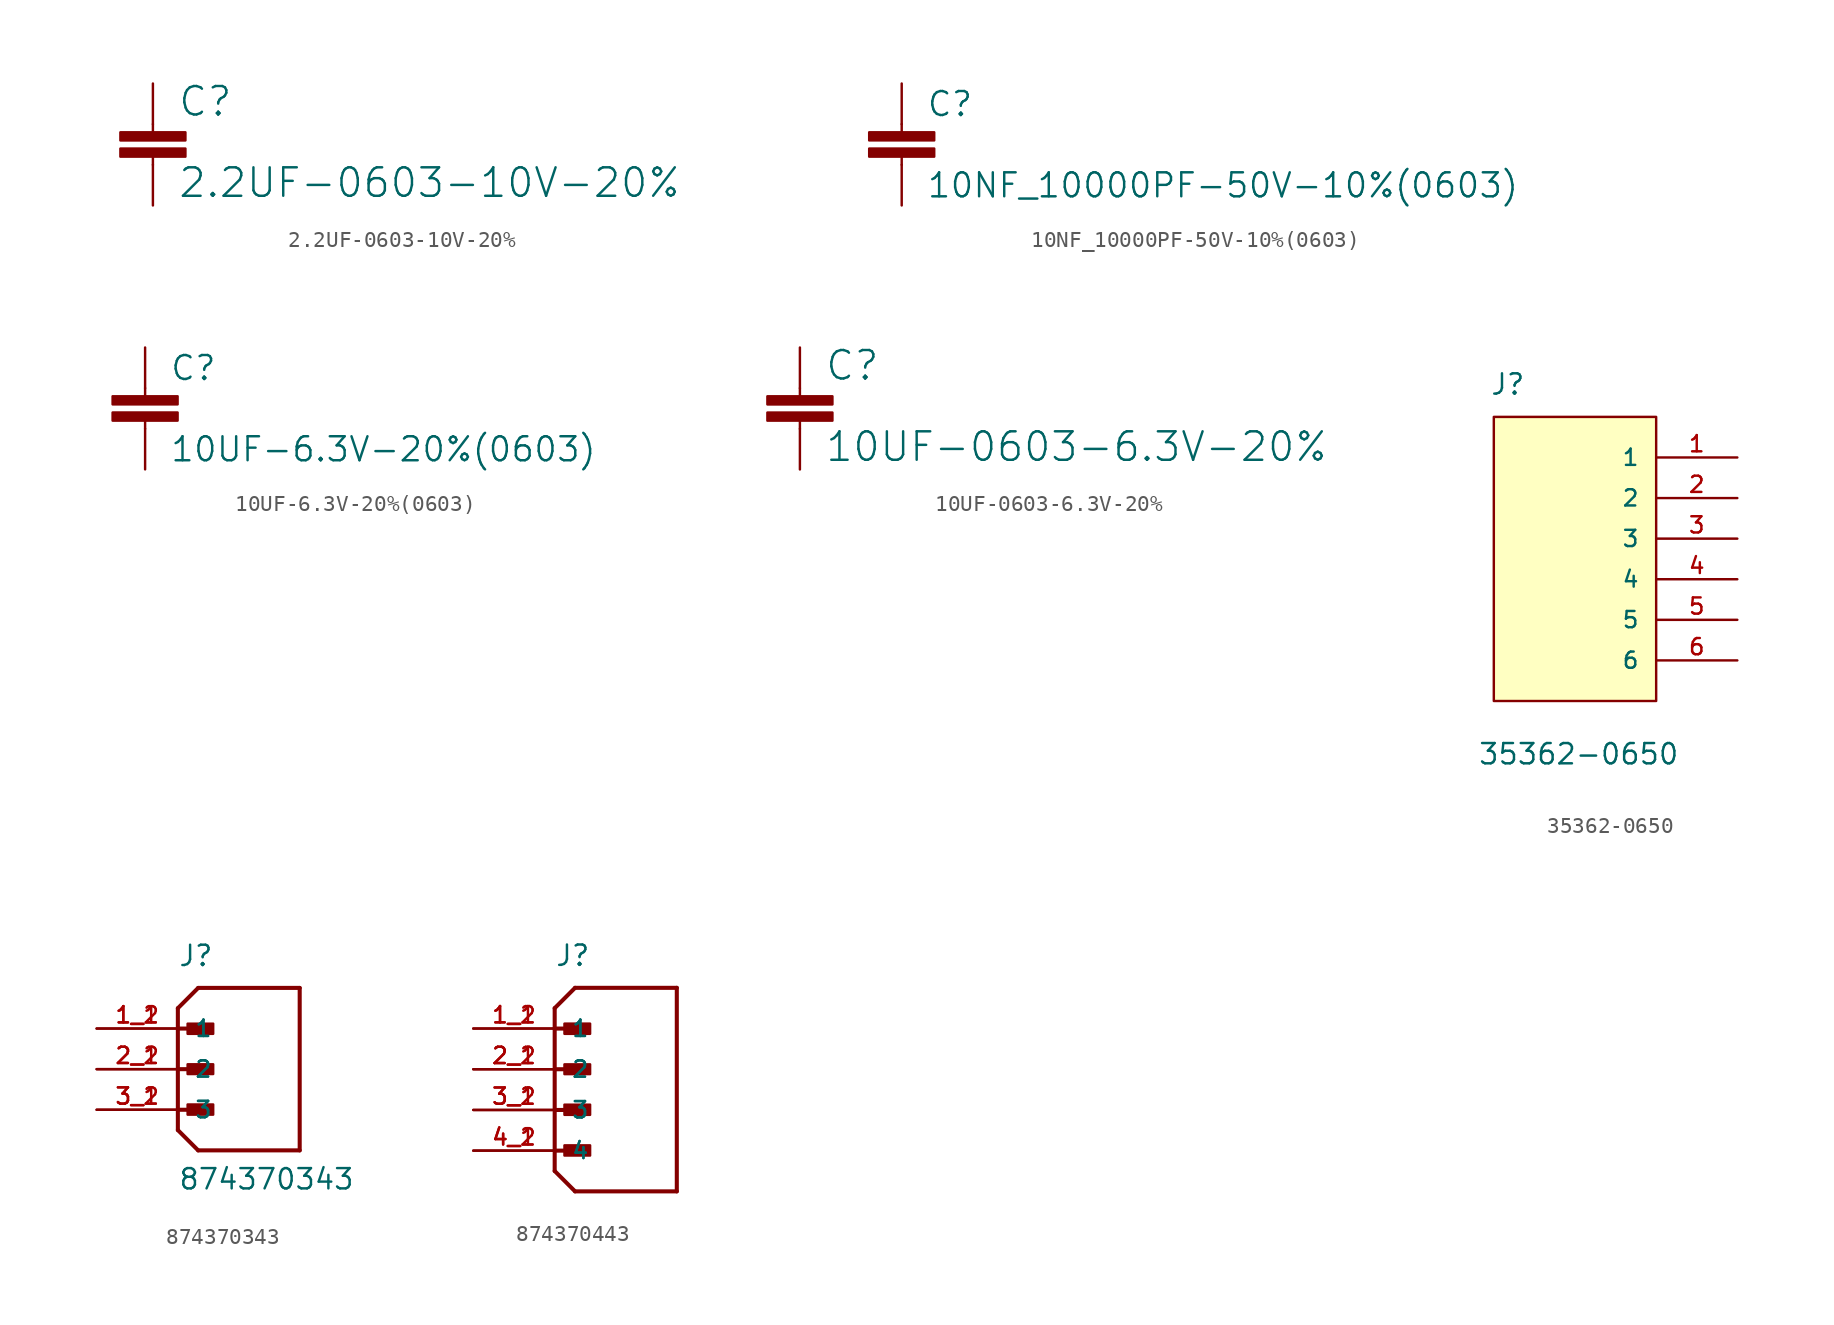
<source format=kicad_sym>
(kicad_symbol_lib
  (version 20211014)
  (generator kicad_symbol_editor)
  (symbol "2.2UF-0603-10V-20%"
    (pin_names
      (offset 1.016))
    (property "Reference" "C"
      (at 1.524 2.921 0)
      (effects (font (size 1.778 1.778)) (justify left bottom)))
    (property "Value" "2.2UF-0603-10V-20%"
      (at 1.524 -2.159 0)
      (effects (font (size 1.778 1.778)) (justify left bottom)))
    (property "ki_locked" ""
      (at 0 0 0)
      (effects (font (size 1.27 1.27))))
    (symbol "2.2UF-0603-10V-20%_1_0"
      (rectangle (start -2.032 0.508) (end 2.032 1.016) (stroke (width 0) (type default) (color 0 0 0 0)) (fill (type outline)))
      (rectangle (start -2.032 1.524) (end 2.032 2.032) (stroke (width 0) (type default) (color 0 0 0 0)) (fill (type outline)))
      (polyline (pts (xy 0 0) (xy 0 0.508)) (stroke (width 0) (type default) (color 0 0 0 0)) (fill (type none)))
      (polyline (pts (xy 0 2.54) (xy 0 2.032)) (stroke (width 0) (type default) (color 0 0 0 0)) (fill (type none)))
      (pin passive line (at 0 5.08 270) (length 2.54) (name "1" (effects (font (size 0 0)))) (number "1" (effects (font (size 0 0)))))
      (pin passive line (at 0 -2.54 90) (length 2.54) (name "2" (effects (font (size 0 0)))) (number "2" (effects (font (size 0 0)))))))
  (symbol "10NF_10000PF-50V-10%(0603)"
    (pin_names
      (offset 1.016))
    (property "Reference" "C"
      (at 1.524 2.921 0)
      (effects (font (size 1.499 1.499)) (justify left bottom)))
    (property "Value" "10NF_10000PF-50V-10%(0603)"
      (at 1.524 -2.159 0)
      (effects (font (size 1.499 1.499)) (justify left bottom)))
    (property "ki_locked" ""
      (at 0 0 0)
      (effects (font (size 1.27 1.27))))
    (symbol "10NF_10000PF-50V-10%(0603)_1_0"
      (rectangle (start -2.032 0.508) (end 2.032 1.016) (stroke (width 0) (type default) (color 0 0 0 0)) (fill (type outline)))
      (rectangle (start -2.032 1.524) (end 2.032 2.032) (stroke (width 0) (type default) (color 0 0 0 0)) (fill (type outline)))
      (polyline (pts (xy 0 0) (xy 0 0.508)) (stroke (width 0) (type default) (color 0 0 0 0)) (fill (type none)))
      (polyline (pts (xy 0 2.54) (xy 0 2.032)) (stroke (width 0) (type default) (color 0 0 0 0)) (fill (type none)))
      (pin passive line (at 0 5.08 270) (length 2.54) (name "1" (effects (font (size 0 0)))) (number "1" (effects (font (size 0 0)))))
      (pin passive line (at 0 -2.54 90) (length 2.54) (name "2" (effects (font (size 0 0)))) (number "2" (effects (font (size 0 0)))))))
  (symbol "10UF-6.3V-20%(0603)"
    (pin_names
      (offset 1.016))
    (property "Reference" "C"
      (at 1.524 2.921 0)
      (effects (font (size 1.499 1.499)) (justify left bottom)))
    (property "Value" "10UF-6.3V-20%(0603)"
      (at 1.524 -2.159 0)
      (effects (font (size 1.499 1.499)) (justify left bottom)))
    (property "ki_locked" ""
      (at 0 0 0)
      (effects (font (size 1.27 1.27))))
    (symbol "10UF-6.3V-20%(0603)_1_0"
      (rectangle (start -2.032 0.508) (end 2.032 1.016) (stroke (width 0) (type default) (color 0 0 0 0)) (fill (type outline)))
      (rectangle (start -2.032 1.524) (end 2.032 2.032) (stroke (width 0) (type default) (color 0 0 0 0)) (fill (type outline)))
      (polyline (pts (xy 0 0) (xy 0 0.508)) (stroke (width 0) (type default) (color 0 0 0 0)) (fill (type none)))
      (polyline (pts (xy 0 2.54) (xy 0 2.032)) (stroke (width 0) (type default) (color 0 0 0 0)) (fill (type none)))
      (pin passive line (at 0 5.08 270) (length 2.54) (name "1" (effects (font (size 0 0)))) (number "1" (effects (font (size 0 0)))))
      (pin passive line (at 0 -2.54 90) (length 2.54) (name "2" (effects (font (size 0 0)))) (number "2" (effects (font (size 0 0)))))))
  (symbol "10UF-0603-6.3V-20%"
    (pin_names
      (offset 1.016))
    (property "Reference" "C"
      (at 1.524 2.921 0)
      (effects (font (size 1.778 1.778)) (justify left bottom)))
    (property "Value" "10UF-0603-6.3V-20%"
      (at 1.524 -2.159 0)
      (effects (font (size 1.778 1.778)) (justify left bottom)))
    (property "ki_locked" ""
      (at 0 0 0)
      (effects (font (size 1.27 1.27))))
    (symbol "10UF-0603-6.3V-20%_1_0"
      (rectangle (start -2.032 0.508) (end 2.032 1.016) (stroke (width 0) (type default) (color 0 0 0 0)) (fill (type outline)))
      (rectangle (start -2.032 1.524) (end 2.032 2.032) (stroke (width 0) (type default) (color 0 0 0 0)) (fill (type outline)))
      (polyline (pts (xy 0 0) (xy 0 0.508)) (stroke (width 0) (type default) (color 0 0 0 0)) (fill (type none)))
      (polyline (pts (xy 0 2.54) (xy 0 2.032)) (stroke (width 0) (type default) (color 0 0 0 0)) (fill (type none)))
      (pin passive line (at 0 5.08 270) (length 2.54) (name "1" (effects (font (size 0 0)))) (number "1" (effects (font (size 0 0)))))
      (pin passive line (at 0 -2.54 90) (length 2.54) (name "2" (effects (font (size 0 0)))) (number "2" (effects (font (size 0 0)))))))
  (symbol "35362-0650"
    (pin_names
      (offset 1.016))
    (property "Reference" "J"
      (at -5.334 11.455 0)
      (effects (font (size 1.27 1.27)) (justify left bottom)))
    (property "Value" "35362-0650"
      (at -6.096 -11.684 0)
      (effects (font (size 1.27 1.27)) (justify left bottom)))
    (property "ki_locked" ""
      (at 0 0 0)
      (effects (font (size 1.27 1.27))))
    (symbol "35362-0650_0_0"
      (rectangle (start -5.08 -7.62) (end 5.08 10.16) (stroke (width 0.152) (type default) (color 0 0 0 0)) (fill (type background)))
      (pin passive line (at 10.16 7.62 180) (length 5.08) (name "1" (effects (font (size 1.016 1.016)))) (number "1" (effects (font (size 1.016 1.016)))))
      (pin passive line (at 10.16 5.08 180) (length 5.08) (name "2" (effects (font (size 1.016 1.016)))) (number "2" (effects (font (size 1.016 1.016)))))
      (pin passive line (at 10.16 2.54 180) (length 5.08) (name "3" (effects (font (size 1.016 1.016)))) (number "3" (effects (font (size 1.016 1.016)))))
      (pin passive line (at 10.16 0 180) (length 5.08) (name "4" (effects (font (size 1.016 1.016)))) (number "4" (effects (font (size 1.016 1.016)))))
      (pin passive line (at 10.16 -2.54 180) (length 5.08) (name "5" (effects (font (size 1.016 1.016)))) (number "5" (effects (font (size 1.016 1.016)))))
      (pin passive line (at 10.16 -5.08 180) (length 5.08) (name "6" (effects (font (size 1.016 1.016)))) (number "6" (effects (font (size 1.016 1.016)))))))
  (symbol "874370343"
    (pin_names
      (offset 1.016))
    (property "Reference" "J"
      (at 0 6.35 0)
      (effects (font (size 1.27 1.27)) (justify left bottom)))
    (property "Value" "874370343"
      (at 0 -7.62 0)
      (effects (font (size 1.27 1.27)) (justify left bottom)))
    (property "ki_locked" ""
      (at 0 0 0)
      (effects (font (size 1.27 1.27))))
    (symbol "874370343_0_0"
      (polyline (pts (xy 0 -3.81) (xy 1.27 -5.08)) (stroke (width 0.254) (type default) (color 0 0 0 0)) (fill (type none)))
      (polyline (pts (xy 0 -2.54) (xy 1.905 -2.54)) (stroke (width 0.254) (type default) (color 0 0 0 0)) (fill (type none)))
      (polyline (pts (xy 0 0) (xy 1.905 0)) (stroke (width 0.254) (type default) (color 0 0 0 0)) (fill (type none)))
      (polyline (pts (xy 0 2.54) (xy 0 -3.81)) (stroke (width 0.254) (type default) (color 0 0 0 0)) (fill (type none)))
      (polyline (pts (xy 0 2.54) (xy 1.905 2.54)) (stroke (width 0.254) (type default) (color 0 0 0 0)) (fill (type none)))
      (polyline (pts (xy 0 3.81) (xy 0 2.54)) (stroke (width 0.254) (type default) (color 0 0 0 0)) (fill (type none)))
      (polyline (pts (xy 1.27 -5.08) (xy 7.62 -5.08)) (stroke (width 0.254) (type default) (color 0 0 0 0)) (fill (type none)))
      (polyline (pts (xy 1.27 5.08) (xy 0 3.81)) (stroke (width 0.254) (type default) (color 0 0 0 0)) (fill (type none)))
      (polyline (pts (xy 7.62 -5.08) (xy 7.62 5.08)) (stroke (width 0.254) (type default) (color 0 0 0 0)) (fill (type none)))
      (polyline (pts (xy 7.62 5.08) (xy 1.27 5.08)) (stroke (width 0.254) (type default) (color 0 0 0 0)) (fill (type none)))
      (rectangle (start 0.61 -2.845) (end 2.21 -2.21) (stroke (width 0) (type default) (color 0 0 0 0)) (fill (type outline)))
      (rectangle (start 0.61 -0.305) (end 2.21 0.305) (stroke (width 0) (type default) (color 0 0 0 0)) (fill (type outline)))
      (rectangle (start 0.61 2.21) (end 2.21 2.845) (stroke (width 0) (type default) (color 0 0 0 0)) (fill (type outline)))
      (pin passive line (at -5.08 2.54 0) (length 5.08) (name "1" (effects (font (size 1.016 1.016)))) (number "1_1" (effects (font (size 1.016 1.016)))))
      (pin passive line (at -5.08 2.54 0) (length 5.08) (name "1" (effects (font (size 1.016 1.016)))) (number "1_2" (effects (font (size 1.016 1.016)))))
      (pin passive line (at -5.08 0 0) (length 5.08) (name "2" (effects (font (size 1.016 1.016)))) (number "2_1" (effects (font (size 1.016 1.016)))))
      (pin passive line (at -5.08 0 0) (length 5.08) (name "2" (effects (font (size 1.016 1.016)))) (number "2_2" (effects (font (size 1.016 1.016)))))
      (pin passive line (at -5.08 -2.54 0) (length 5.08) (name "3" (effects (font (size 1.016 1.016)))) (number "3_1" (effects (font (size 1.016 1.016)))))
      (pin passive line (at -5.08 -2.54 0) (length 5.08) (name "3" (effects (font (size 1.016 1.016)))) (number "3_2" (effects (font (size 1.016 1.016)))))))
  (symbol "874370443"
    (pin_names
      (offset 1.016))
    (property "Reference" "J"
      (at 0 6.35 0)
      (effects (font (size 1.27 1.27)) (justify left bottom)))
    (property "ki_locked" ""
      (at 0 0 0)
      (effects (font (size 1.27 1.27))))
    (symbol "874370443_0_0"
      (polyline (pts (xy 0 -6.35) (xy 1.27 -7.62)) (stroke (width 0.254) (type default) (color 0 0 0 0)) (fill (type none)))
      (polyline (pts (xy 0 -5.08) (xy 1.905 -5.08)) (stroke (width 0.254) (type default) (color 0 0 0 0)) (fill (type none)))
      (polyline (pts (xy 0 -2.54) (xy 1.905 -2.54)) (stroke (width 0.254) (type default) (color 0 0 0 0)) (fill (type none)))
      (polyline (pts (xy 0 0) (xy 1.905 0)) (stroke (width 0.254) (type default) (color 0 0 0 0)) (fill (type none)))
      (polyline (pts (xy 0 2.54) (xy 0 -6.35)) (stroke (width 0.254) (type default) (color 0 0 0 0)) (fill (type none)))
      (polyline (pts (xy 0 2.54) (xy 1.905 2.54)) (stroke (width 0.254) (type default) (color 0 0 0 0)) (fill (type none)))
      (polyline (pts (xy 0 3.81) (xy 0 2.54)) (stroke (width 0.254) (type default) (color 0 0 0 0)) (fill (type none)))
      (polyline (pts (xy 1.27 -7.62) (xy 7.62 -7.62)) (stroke (width 0.254) (type default) (color 0 0 0 0)) (fill (type none)))
      (polyline (pts (xy 1.27 5.08) (xy 0 3.81)) (stroke (width 0.254) (type default) (color 0 0 0 0)) (fill (type none)))
      (polyline (pts (xy 7.62 -7.62) (xy 7.62 5.08)) (stroke (width 0.254) (type default) (color 0 0 0 0)) (fill (type none)))
      (polyline (pts (xy 7.62 5.08) (xy 1.27 5.08)) (stroke (width 0.254) (type default) (color 0 0 0 0)) (fill (type none)))
      (rectangle (start 0.61 -5.385) (end 2.21 -4.75) (stroke (width 0) (type default) (color 0 0 0 0)) (fill (type outline)))
      (rectangle (start 0.61 -2.845) (end 2.21 -2.21) (stroke (width 0) (type default) (color 0 0 0 0)) (fill (type outline)))
      (rectangle (start 0.61 -0.305) (end 2.21 0.305) (stroke (width 0) (type default) (color 0 0 0 0)) (fill (type outline)))
      (rectangle (start 0.61 2.21) (end 2.21 2.845) (stroke (width 0) (type default) (color 0 0 0 0)) (fill (type outline)))
      (pin passive line (at -5.08 2.54 0) (length 5.08) (name "1" (effects (font (size 1.016 1.016)))) (number "1_1" (effects (font (size 1.016 1.016)))))
      (pin passive line (at -5.08 2.54 0) (length 5.08) (name "1" (effects (font (size 1.016 1.016)))) (number "1_2" (effects (font (size 1.016 1.016)))))
      (pin passive line (at -5.08 0 0) (length 5.08) (name "2" (effects (font (size 1.016 1.016)))) (number "2_1" (effects (font (size 1.016 1.016)))))
      (pin passive line (at -5.08 0 0) (length 5.08) (name "2" (effects (font (size 1.016 1.016)))) (number "2_2" (effects (font (size 1.016 1.016)))))
      (pin passive line (at -5.08 -2.54 0) (length 5.08) (name "3" (effects (font (size 1.016 1.016)))) (number "3_1" (effects (font (size 1.016 1.016)))))
      (pin passive line (at -5.08 -2.54 0) (length 5.08) (name "3" (effects (font (size 1.016 1.016)))) (number "3_2" (effects (font (size 1.016 1.016)))))
      (pin passive line (at -5.08 -5.08 0) (length 5.08) (name "4" (effects (font (size 1.016 1.016)))) (number "4_1" (effects (font (size 1.016 1.016)))))
      (pin passive line (at -5.08 -5.08 0) (length 5.08) (name "4" (effects (font (size 1.016 1.016)))) (number "4_2" (effects (font (size 1.016 1.016))))))))
</source>
